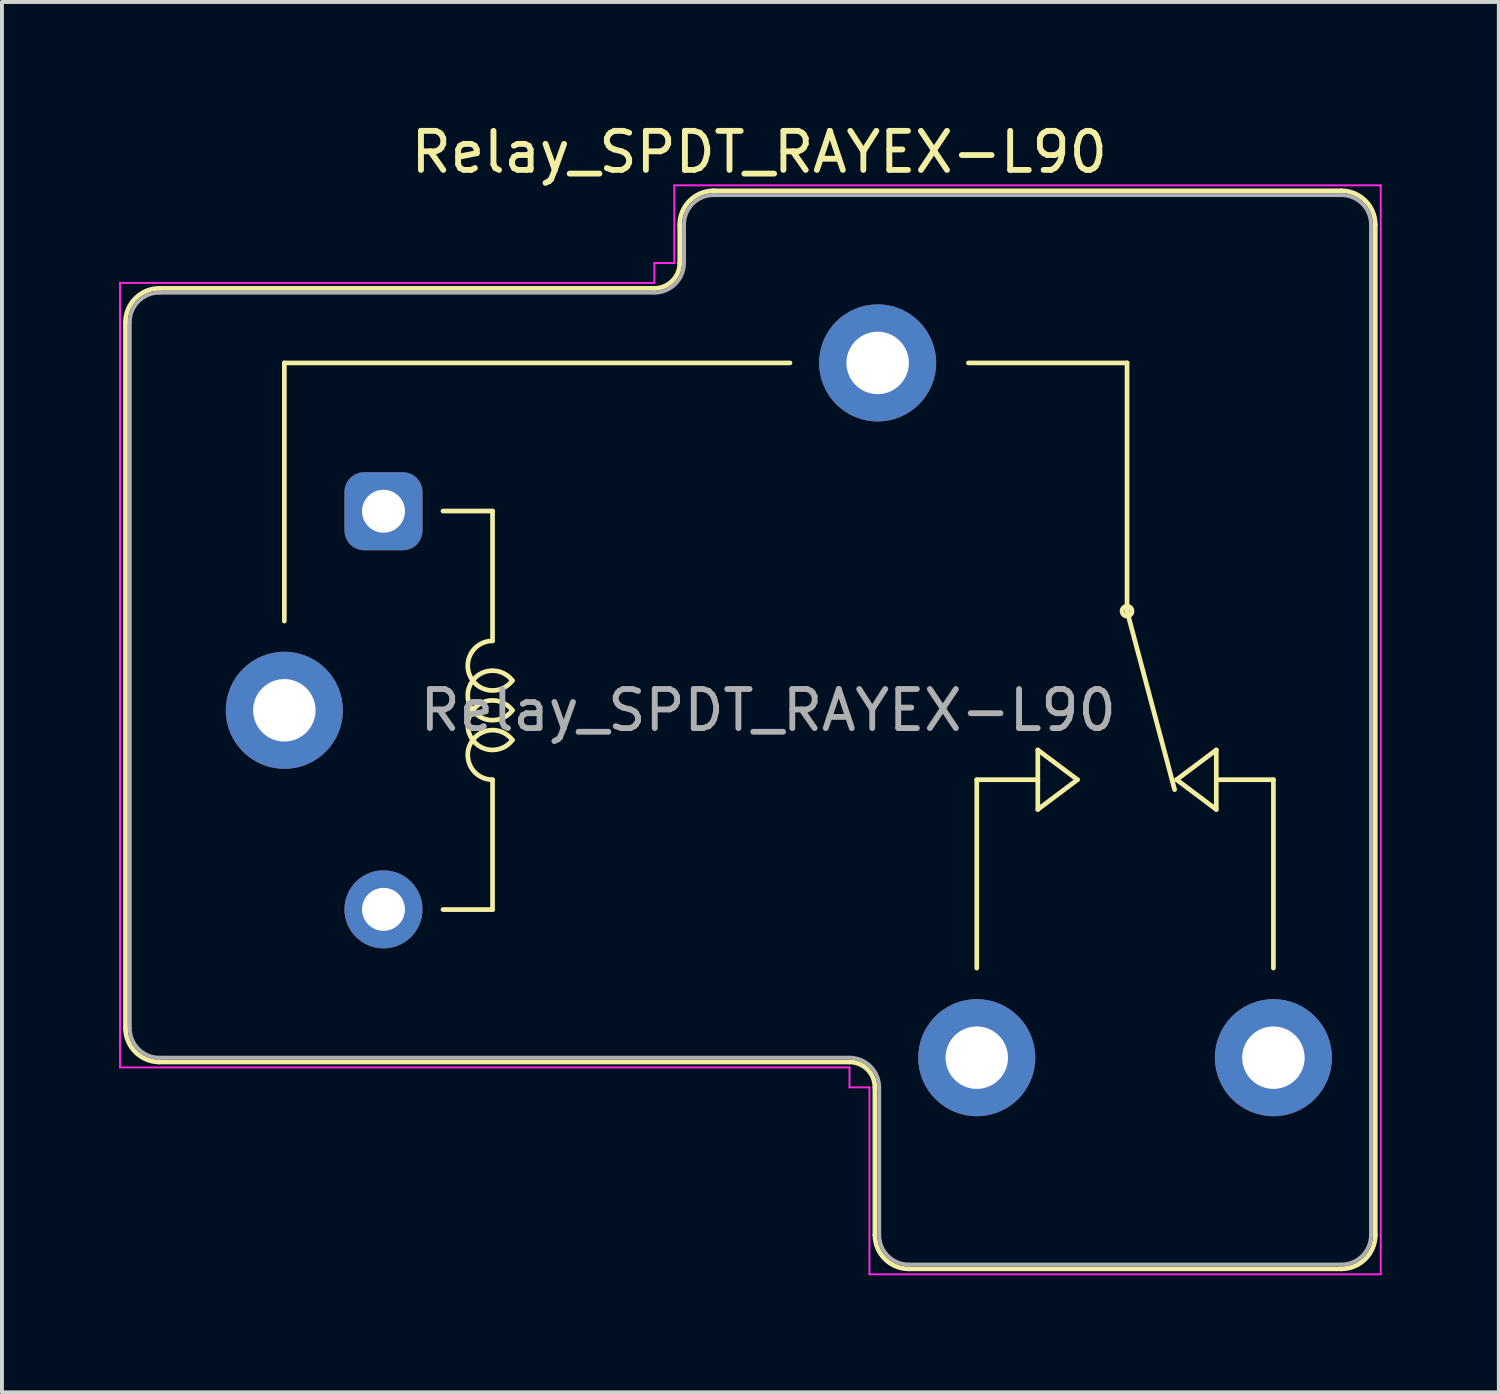
<source format=kicad_pcb>
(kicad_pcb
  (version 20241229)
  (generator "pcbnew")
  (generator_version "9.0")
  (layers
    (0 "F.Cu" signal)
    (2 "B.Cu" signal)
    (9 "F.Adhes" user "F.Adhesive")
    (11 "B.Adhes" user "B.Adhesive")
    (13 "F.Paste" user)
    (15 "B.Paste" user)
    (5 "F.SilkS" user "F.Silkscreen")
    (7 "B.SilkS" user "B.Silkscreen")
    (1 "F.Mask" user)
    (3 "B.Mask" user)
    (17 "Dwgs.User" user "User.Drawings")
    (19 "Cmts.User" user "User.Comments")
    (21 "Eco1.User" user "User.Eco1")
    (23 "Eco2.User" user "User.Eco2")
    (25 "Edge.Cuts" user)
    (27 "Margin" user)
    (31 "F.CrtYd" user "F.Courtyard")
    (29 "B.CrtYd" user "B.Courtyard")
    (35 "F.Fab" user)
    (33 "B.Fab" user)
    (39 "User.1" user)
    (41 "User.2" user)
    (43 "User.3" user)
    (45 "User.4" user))
  (footprint "Relay_SPDT_RAYEX-L90"
    (layer "F.Cu")
    (at 4.235 15.148)
    (property "Reference" "Relay_SPDT_RAYEX-L90" (at 12.167 -14.3 0) (layer "F.SilkS") (effects (font (size 1 1) (thickness 0.15))))
    (attr through_hole)
    (fp_line (start -4.07 -9.94) (end -4.07 8.14) (stroke (width 0.12) (type solid)) (layer "F.SilkS"))
    (fp_line (start -3.2 -10.81) (end 9.48 -10.81) (stroke (width 0.12) (type solid)) (layer "F.SilkS"))
    (fp_line (start -3.2 9.01) (end 14.48 9.01) (stroke (width 0.12) (type solid)) (layer "F.SilkS"))
    (fp_line (start 0 -8.9) (end 0 -2.286) (stroke (width 0.12) (type solid)) (layer "F.SilkS"))
    (fp_line (start 0 -8.9) (end 12.954 -8.9) (stroke (width 0.12) (type solid)) (layer "F.SilkS"))
    (fp_line (start 4.064 -5.105) (end 5.334 -5.105) (stroke (width 0.12) (type solid)) (layer "F.SilkS"))
    (fp_line (start 5.334 -1.778) (end 5.334 -5.105) (stroke (width 0.12) (type solid)) (layer "F.SilkS"))
    (fp_line (start 5.334 5.105) (end 4.064 5.105) (stroke (width 0.12) (type solid)) (layer "F.SilkS"))
    (fp_line (start 5.334 5.105) (end 5.334 1.778) (stroke (width 0.12) (type solid)) (layer "F.SilkS"))
    (fp_line (start 10.13 -12.44) (end 10.13 -11.46) (stroke (width 0.12) (type solid)) (layer "F.SilkS"))
    (fp_line (start 11 -13.31) (end 27.08 -13.31) (stroke (width 0.12) (type solid)) (layer "F.SilkS"))
    (fp_line (start 15.13 9.66) (end 15.13 13.44) (stroke (width 0.12) (type solid)) (layer "F.SilkS"))
    (fp_line (start 16 14.31) (end 27.08 14.31) (stroke (width 0.12) (type solid)) (layer "F.SilkS"))
    (fp_line (start 17.74 1.778) (end 19.304 1.778) (stroke (width 0.12) (type solid)) (layer "F.SilkS"))
    (fp_line (start 17.74 6.604) (end 17.74 1.778) (stroke (width 0.12) (type solid)) (layer "F.SilkS"))
    (fp_line (start 19.304 1.016) (end 19.304 2.54) (stroke (width 0.12) (type solid)) (layer "F.SilkS"))
    (fp_line (start 19.304 2.54) (end 20.32 1.778) (stroke (width 0.12) (type solid)) (layer "F.SilkS"))
    (fp_line (start 20.32 1.778) (end 19.304 1.016) (stroke (width 0.12) (type solid)) (layer "F.SilkS"))
    (fp_line (start 21.59 -8.9) (end 17.526 -8.9) (stroke (width 0.12) (type solid)) (layer "F.SilkS"))
    (fp_line (start 21.59 -2.54) (end 21.59 -8.9) (stroke (width 0.12) (type solid)) (layer "F.SilkS"))
    (fp_line (start 21.59 -2.54) (end 22.809 2.032) (stroke (width 0.12) (type solid)) (layer "F.SilkS"))
    (fp_line (start 22.86 1.778) (end 23.876 1.016) (stroke (width 0.12) (type solid)) (layer "F.SilkS"))
    (fp_line (start 23.876 1.778) (end 25.34 1.778) (stroke (width 0.12) (type solid)) (layer "F.SilkS"))
    (fp_line (start 23.876 2.54) (end 22.86 1.778) (stroke (width 0.12) (type solid)) (layer "F.SilkS"))
    (fp_line (start 23.876 2.54) (end 23.876 1.016) (stroke (width 0.12) (type solid)) (layer "F.SilkS"))
    (fp_line (start 25.34 1.778) (end 25.34 6.604) (stroke (width 0.12) (type solid)) (layer "F.SilkS"))
    (fp_line (start 27.95 -12.44) (end 27.95 13.44) (stroke (width 0.12) (type solid)) (layer "F.SilkS"))
    (fp_arc (start -4.07 -9.94) (mid -3.815183 -10.555183) (end -3.2 -10.81) (stroke (width 0.12) (type solid)) (layer "F.SilkS"))
    (fp_arc (start -3.2 9.01) (mid -3.815183 8.755183) (end -4.07 8.14) (stroke (width 0.12) (type solid)) (layer "F.SilkS"))
    (fp_arc (start 5.334002 1.777997) (mid 4.765966 0.859166) (end 5.841802 0.76173) (stroke (width 0.12) (type solid)) (layer "F.SilkS"))
    (fp_arc (start 5.8418 -0.761733) (mid 4.765964 -0.859168) (end 5.334 -1.778) (stroke (width 0.12) (type solid)) (layer "F.SilkS"))
    (fp_arc (start 5.842265 -0.000355) (mid 4.699002 -0.38078) (end 5.842 -0.762001) (stroke (width 0.12) (type solid)) (layer "F.SilkS"))
    (fp_arc (start 5.842266 0.761644) (mid 4.699003 0.381219) (end 5.842001 -0.000002) (stroke (width 0.12) (type solid)) (layer "F.SilkS"))
    (fp_arc (start 10.13 -12.44) (mid 10.384817 -13.055183) (end 11 -13.31) (stroke (width 0.12) (type solid)) (layer "F.SilkS"))
    (fp_arc (start 10.13 -11.46) (mid 9.939619 -11.000381) (end 9.48 -10.81) (stroke (width 0.12) (type solid)) (layer "F.SilkS"))
    (fp_arc (start 14.48 9.01) (mid 14.939619 9.200381) (end 15.13 9.66) (stroke (width 0.12) (type solid)) (layer "F.SilkS"))
    (fp_arc (start 16 14.31) (mid 15.384817 14.055183) (end 15.13 13.44) (stroke (width 0.12) (type solid)) (layer "F.SilkS"))
    (fp_arc (start 27.08 -13.31) (mid 27.695183 -13.055183) (end 27.95 -12.44) (stroke (width 0.12) (type solid)) (layer "F.SilkS"))
    (fp_arc (start 27.95 13.44) (mid 27.695183 14.055183) (end 27.08 14.31) (stroke (width 0.12) (type solid)) (layer "F.SilkS"))
    (fp_circle (center 21.59 -2.54) (end 21.59 -2.413) (stroke (width 0.12) (type solid)) (fill no) (layer "F.SilkS"))
    (fp_line (start -4.21 -10.95) (end -4.21 9.15) (stroke (width 0.05) (type solid)) (layer "F.CrtYd"))
    (fp_line (start -4.21 -10.95) (end 9.48 -10.95) (stroke (width 0.05) (type solid)) (layer "F.CrtYd"))
    (fp_line (start -4.21 9.15) (end 14.48 9.15) (stroke (width 0.05) (type solid)) (layer "F.CrtYd"))
    (fp_line (start 9.48 -11.46) (end 9.48 -10.95) (stroke (width 0.05) (type solid)) (layer "F.CrtYd"))
    (fp_line (start 9.48 -11.46) (end 9.99 -11.46) (stroke (width 0.05) (type solid)) (layer "F.CrtYd"))
    (fp_line (start 9.99 -13.45) (end 9.99 -11.46) (stroke (width 0.05) (type solid)) (layer "F.CrtYd"))
    (fp_line (start 9.99 -13.45) (end 28.09 -13.45) (stroke (width 0.05) (type solid)) (layer "F.CrtYd"))
    (fp_line (start 14.48 9.15) (end 14.48 9.66) (stroke (width 0.05) (type solid)) (layer "F.CrtYd"))
    (fp_line (start 14.48 9.66) (end 14.99 9.66) (stroke (width 0.05) (type solid)) (layer "F.CrtYd"))
    (fp_line (start 14.99 9.66) (end 14.99 14.45) (stroke (width 0.05) (type solid)) (layer "F.CrtYd"))
    (fp_line (start 14.99 14.45) (end 28.09 14.45) (stroke (width 0.05) (type solid)) (layer "F.CrtYd"))
    (fp_line (start 28.09 -13.45) (end 28.09 14.45) (stroke (width 0.05) (type solid)) (layer "F.CrtYd"))
    (fp_line (start -3.96 -9.94) (end -3.96 8.14) (stroke (width 0.1) (type solid)) (layer "F.Fab"))
    (fp_line (start -3.2 -10.7) (end 9.48 -10.7) (stroke (width 0.1) (type solid)) (layer "F.Fab"))
    (fp_line (start -3.2 8.9) (end 14.48 8.9) (stroke (width 0.1) (type solid)) (layer "F.Fab"))
    (fp_line (start 10.24 -12.44) (end 10.24 -11.46) (stroke (width 0.1) (type solid)) (layer "F.Fab"))
    (fp_line (start 11 -13.2) (end 27.08 -13.2) (stroke (width 0.1) (type solid)) (layer "F.Fab"))
    (fp_line (start 15.24 9.66) (end 15.24 13.44) (stroke (width 0.1) (type solid)) (layer "F.Fab"))
    (fp_line (start 16 14.2) (end 27.08 14.2) (stroke (width 0.1) (type solid)) (layer "F.Fab"))
    (fp_line (start 27.84 -12.44) (end 27.84 13.44) (stroke (width 0.1) (type solid)) (layer "F.Fab"))
    (fp_arc (start -3.96 -9.94) (mid -3.737401 -10.477401) (end -3.2 -10.7) (stroke (width 0.1) (type solid)) (layer "F.Fab"))
    (fp_arc (start -3.2 8.9) (mid -3.737401 8.677401) (end -3.96 8.14) (stroke (width 0.1) (type solid)) (layer "F.Fab"))
    (fp_arc (start 10.24 -12.44) (mid 10.462599 -12.977401) (end 11 -13.2) (stroke (width 0.1) (type solid)) (layer "F.Fab"))
    (fp_arc (start 10.24 -11.46) (mid 10.017401 -10.922599) (end 9.48 -10.7) (stroke (width 0.1) (type solid)) (layer "F.Fab"))
    (fp_arc (start 14.48 8.9) (mid 15.017401 9.122599) (end 15.24 9.66) (stroke (width 0.1) (type solid)) (layer "F.Fab"))
    (fp_arc (start 16 14.2) (mid 15.462599 13.977401) (end 15.24 13.44) (stroke (width 0.1) (type solid)) (layer "F.Fab"))
    (fp_arc (start 27.08 -13.2) (mid 27.617401 -12.977401) (end 27.84 -12.44) (stroke (width 0.1) (type solid)) (layer "F.Fab"))
    (fp_arc (start 27.84 13.44) (mid 27.617401 13.977401) (end 27.08 14.2) (stroke (width 0.1) (type solid)) (layer "F.Fab"))
    (fp_text user "${REFERENCE}" (at 12.395 0 0) (layer "F.Fab") (effects (font (size 1 1) (thickness 0.15))))
    (pad "11A" thru_hole circle (at 0 0 180) (size 3 3) (drill 1.6) (layers "*.Cu" "*.Mask"))
    (pad "11B" thru_hole circle (at 15.2 -8.9 180) (size 3 3) (drill 1.6) (layers "*.Cu" "*.Mask"))
    (pad "12" thru_hole circle (at 25.34 8.9 180) (size 3 3) (drill 1.6) (layers "*.Cu" "*.Mask"))
    (pad "14" thru_hole circle (at 17.74 8.9 180) (size 3 3) (drill 1.6) (layers "*.Cu" "*.Mask"))
    (pad "A1" thru_hole roundrect (at 2.54 -5.1 180) (size 2 2) (drill 1.1) (layers "*.Cu" "*.Mask") (roundrect_rratio 0.25))
    (pad "A2" thru_hole circle (at 2.54 5.1 180) (size 2 2) (drill 1.1) (layers "*.Cu" "*.Mask")))
  (gr_rect
    (start -3 -3)
    (end 35.35 32.623)
    (stroke (width 0.1) (type default))
    (fill no)
    (layer "Edge.Cuts")))
</source>
